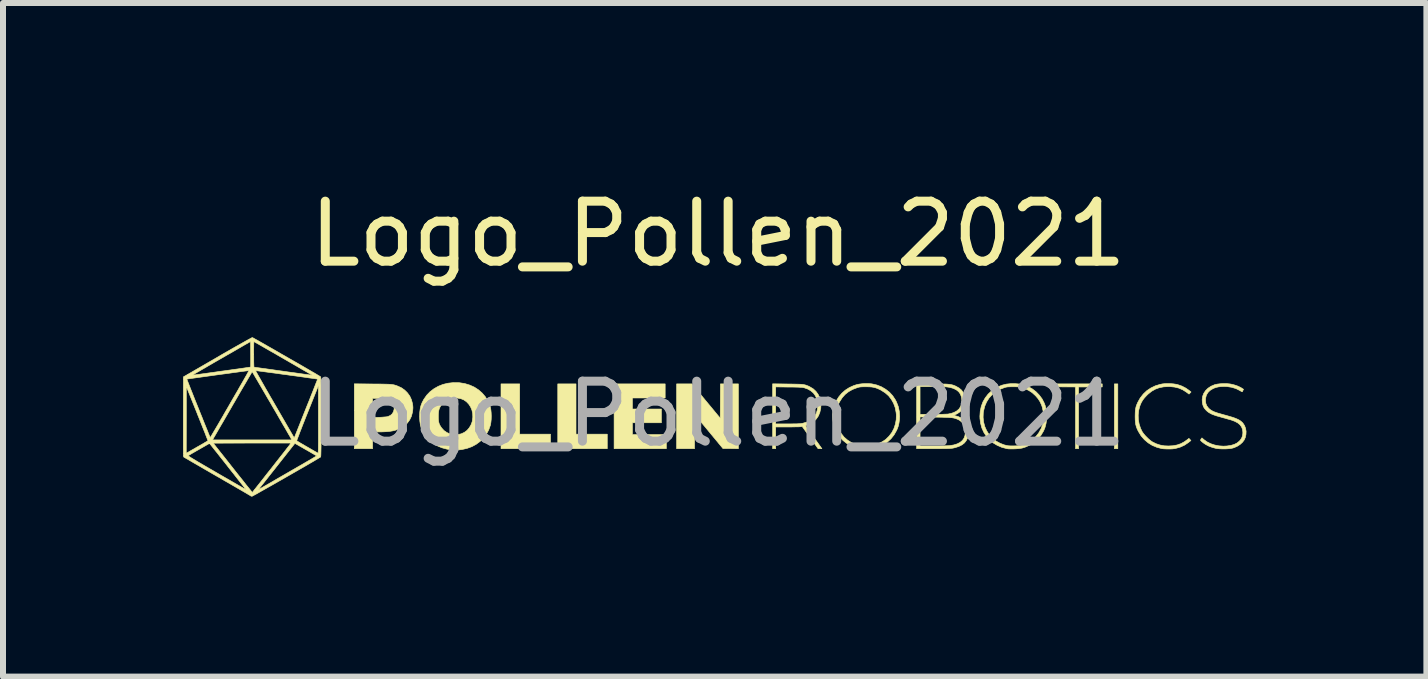
<source format=kicad_pcb>
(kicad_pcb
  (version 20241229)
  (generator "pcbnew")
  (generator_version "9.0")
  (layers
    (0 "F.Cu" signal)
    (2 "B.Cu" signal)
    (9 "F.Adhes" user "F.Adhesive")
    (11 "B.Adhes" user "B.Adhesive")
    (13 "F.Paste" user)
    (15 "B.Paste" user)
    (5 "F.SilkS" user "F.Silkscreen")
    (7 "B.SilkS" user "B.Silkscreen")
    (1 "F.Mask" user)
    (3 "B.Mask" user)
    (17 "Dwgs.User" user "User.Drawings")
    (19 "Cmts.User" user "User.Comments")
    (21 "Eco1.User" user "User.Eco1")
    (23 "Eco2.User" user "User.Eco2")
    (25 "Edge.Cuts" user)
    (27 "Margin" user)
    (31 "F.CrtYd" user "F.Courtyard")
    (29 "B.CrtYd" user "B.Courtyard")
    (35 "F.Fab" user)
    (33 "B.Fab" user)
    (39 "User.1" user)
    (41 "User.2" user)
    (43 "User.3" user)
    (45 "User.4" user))
  (footprint "Logo_Pollen_2021"
    (layer "F.Cu")
    (at 8.919 1.348)
    (property "Reference" "Logo_Pollen_2021" (at 0 -0.5 0) (unlocked yes) (layer "F.SilkS") (effects (font (size 1 1) (thickness 0.15))))
    (fp_poly (pts (xy 6.661 3.08) (xy 6.604 3.08) (xy 6.604 2) (xy 6.661 2) (xy 6.661 3.08)) (stroke (width 0.01) (type solid)) (fill yes) (layer "F.SilkS"))
    (fp_poly (pts (xy -3.308 2.838) (xy -2.794 2.838) (xy -2.794 3.08) (xy -3.619 3.08) (xy -3.619 2) (xy -3.308 2) (xy -3.308 2.838)) (stroke (width 0.01) (type solid)) (fill yes) (layer "F.SilkS"))
    (fp_poly (pts (xy -2.369 2.838) (xy -1.848 2.838) (xy -1.848 3.08) (xy -2.673 3.08) (xy -2.673 2) (xy -2.369 2) (xy -2.369 2.838)) (stroke (width 0.01) (type solid)) (fill yes) (layer "F.SilkS"))
    (fp_poly (pts (xy 6.401 2.051) (xy 6.007 2.051) (xy 6.007 3.08) (xy 5.956 3.08) (xy 5.956 2.051) (xy 5.758 2.05) (xy 5.559 2.048) (xy 5.557 2.024) (xy 5.555 2) (xy 6.401 2) (xy 6.401 2.051)) (stroke (width 0.01) (type solid)) (fill yes) (layer "F.SilkS"))
    (fp_poly (pts (xy -0.883 2.235) (xy -1.429 2.235) (xy -1.429 2.419) (xy -0.946 2.419) (xy -0.946 2.648) (xy -1.429 2.648) (xy -1.429 2.845) (xy -0.864 2.845) (xy -0.864 3.08) (xy -1.734 3.08) (xy -1.734 2) (xy -0.883 2) (xy -0.883 2.235)) (stroke (width 0.01) (type solid)) (fill yes) (layer "F.SilkS"))
    (fp_poly (pts (xy 0.187 2) (xy 0.337 2) (xy 0.337 3.08) (xy 0.208 3.078) (xy 0.08 3.077) (xy -0.391 2.508) (xy -0.392 2.794) (xy -0.394 3.08) (xy -0.692 3.08) (xy -0.692 2) (xy -0.439 2) (xy -0.202 2.286) (xy 0.035 2.572) (xy 0.038 2) (xy 0.187 2)) (stroke (width 0.01) (type solid)) (fill yes) (layer "F.SilkS"))
    (fp_poly (pts (xy -5.755 2.002) (xy -5.682 2.002) (xy -5.621 2.003) (xy -5.57 2.004) (xy -5.528 2.005) (xy -5.493 2.006) (xy -5.464 2.008) (xy -5.441 2.01) (xy -5.421 2.013) (xy -5.403 2.016) (xy -5.386 2.021) (xy -5.369 2.026) (xy -5.351 2.033) (xy -5.34 2.037) (xy -5.279 2.065) (xy -5.224 2.104) (xy -5.177 2.151) (xy -5.139 2.204) (xy -5.112 2.263) (xy -5.096 2.322) (xy -5.089 2.365) (xy -5.087 2.401) (xy -5.09 2.438) (xy -5.096 2.478) (xy -5.113 2.542) (xy -5.142 2.601) (xy -5.181 2.654) (xy -5.23 2.699) (xy -5.287 2.735) (xy -5.33 2.755) (xy -5.375 2.771) (xy -5.423 2.783) (xy -5.477 2.792) (xy -5.538 2.797) (xy -5.608 2.8) (xy -5.653 2.8) (xy -5.759 2.8) (xy -5.759 3.08) (xy -6.064 3.08) (xy -6.064 2.395) (xy -5.759 2.395) (xy -5.759 2.439) (xy -5.759 2.478) (xy -5.758 2.511) (xy -5.757 2.536) (xy -5.756 2.551) (xy -5.755 2.556) (xy -5.746 2.558) (xy -5.728 2.559) (xy -5.701 2.559) (xy -5.669 2.558) (xy -5.635 2.557) (xy -5.599 2.555) (xy -5.566 2.552) (xy -5.537 2.55) (xy -5.515 2.547) (xy -5.504 2.544) (xy -5.463 2.526) (xy -5.433 2.5) (xy -5.412 2.465) (xy -5.4 2.422) (xy -5.4 2.421) (xy -5.4 2.377) (xy -5.411 2.336) (xy -5.432 2.301) (xy -5.462 2.272) (xy -5.486 2.259) (xy -5.498 2.254) (xy -5.51 2.25) (xy -5.527 2.248) (xy -5.548 2.246) (xy -5.577 2.244) (xy -5.616 2.243) (xy -5.637 2.243) (xy -5.759 2.24) (xy -5.759 2.395) (xy -6.064 2.395) (xy -6.064 1.999) (xy -5.755 2.002)) (stroke (width 0.01) (type solid)) (fill yes) (layer "F.SilkS"))
    (fp_poly (pts (xy 7.542 1.996) (xy 7.591 2) (xy 7.636 2.007) (xy 7.661 2.013) (xy 7.73 2.037) (xy 7.795 2.071) (xy 7.841 2.103) (xy 7.882 2.135) (xy 7.865 2.153) (xy 7.848 2.17) (xy 7.802 2.136) (xy 7.742 2.098) (xy 7.677 2.07) (xy 7.607 2.053) (xy 7.529 2.045) (xy 7.506 2.045) (xy 7.426 2.049) (xy 7.354 2.063) (xy 7.288 2.087) (xy 7.226 2.122) (xy 7.168 2.168) (xy 7.144 2.191) (xy 7.105 2.233) (xy 7.075 2.272) (xy 7.051 2.314) (xy 7.031 2.362) (xy 7.028 2.37) (xy 7.009 2.442) (xy 7.001 2.519) (xy 7.003 2.595) (xy 7.017 2.671) (xy 7.041 2.743) (xy 7.068 2.798) (xy 7.087 2.825) (xy 7.112 2.856) (xy 7.143 2.888) (xy 7.175 2.919) (xy 7.206 2.945) (xy 7.233 2.964) (xy 7.234 2.965) (xy 7.298 2.997) (xy 7.364 3.019) (xy 7.434 3.032) (xy 7.506 3.035) (xy 7.581 3.031) (xy 7.65 3.018) (xy 7.713 2.996) (xy 7.773 2.963) (xy 7.827 2.924) (xy 7.846 2.908) (xy 7.88 2.944) (xy 7.838 2.977) (xy 7.773 3.021) (xy 7.701 3.054) (xy 7.623 3.076) (xy 7.605 3.079) (xy 7.576 3.083) (xy 7.54 3.085) (xy 7.5 3.085) (xy 7.459 3.084) (xy 7.423 3.082) (xy 7.395 3.079) (xy 7.395 3.079) (xy 7.312 3.057) (xy 7.235 3.025) (xy 7.166 2.982) (xy 7.105 2.93) (xy 7.051 2.869) (xy 7.007 2.798) (xy 6.994 2.773) (xy 6.978 2.737) (xy 6.967 2.705) (xy 6.959 2.674) (xy 6.954 2.639) (xy 6.951 2.599) (xy 6.95 2.55) (xy 6.95 2.54) (xy 6.951 2.489) (xy 6.953 2.447) (xy 6.958 2.412) (xy 6.965 2.38) (xy 6.976 2.348) (xy 6.991 2.314) (xy 6.994 2.307) (xy 7.035 2.234) (xy 7.086 2.169) (xy 7.144 2.114) (xy 7.211 2.069) (xy 7.285 2.033) (xy 7.366 2.008) (xy 7.407 2) (xy 7.445 1.996) (xy 7.492 1.995) (xy 7.542 1.996)) (stroke (width 0.01) (type solid)) (fill yes) (layer "F.SilkS"))
    (fp_poly (pts (xy 1.157 2.002) (xy 1.225 2.003) (xy 1.281 2.004) (xy 1.327 2.005) (xy 1.365 2.006) (xy 1.396 2.008) (xy 1.422 2.011) (xy 1.444 2.016) (xy 1.464 2.021) (xy 1.482 2.028) (xy 1.502 2.036) (xy 1.523 2.046) (xy 1.53 2.05) (xy 1.585 2.083) (xy 1.63 2.125) (xy 1.666 2.174) (xy 1.693 2.23) (xy 1.709 2.292) (xy 1.713 2.358) (xy 1.71 2.409) (xy 1.695 2.475) (xy 1.671 2.534) (xy 1.636 2.585) (xy 1.593 2.628) (xy 1.54 2.662) (xy 1.498 2.68) (xy 1.479 2.688) (xy 1.465 2.695) (xy 1.46 2.699) (xy 1.464 2.706) (xy 1.474 2.721) (xy 1.49 2.744) (xy 1.511 2.774) (xy 1.536 2.809) (xy 1.564 2.848) (xy 1.584 2.876) (xy 1.614 2.918) (xy 1.642 2.957) (xy 1.667 2.992) (xy 1.688 3.022) (xy 1.705 3.045) (xy 1.715 3.059) (xy 1.718 3.064) (xy 1.729 3.08) (xy 1.666 3.08) (xy 1.401 2.71) (xy 1.369 2.714) (xy 1.354 2.715) (xy 1.329 2.716) (xy 1.295 2.716) (xy 1.254 2.717) (xy 1.208 2.718) (xy 1.159 2.718) (xy 1.148 2.718) (xy 0.959 2.718) (xy 0.959 3.08) (xy 0.908 3.08) (xy 0.908 2.667) (xy 0.959 2.667) (xy 1.158 2.667) (xy 1.219 2.667) (xy 1.268 2.666) (xy 1.308 2.666) (xy 1.34 2.664) (xy 1.366 2.663) (xy 1.386 2.66) (xy 1.404 2.657) (xy 1.407 2.657) (xy 1.473 2.638) (xy 1.53 2.611) (xy 1.576 2.575) (xy 1.613 2.532) (xy 1.639 2.482) (xy 1.655 2.425) (xy 1.66 2.361) (xy 1.657 2.309) (xy 1.644 2.249) (xy 1.62 2.197) (xy 1.587 2.152) (xy 1.543 2.114) (xy 1.489 2.084) (xy 1.437 2.066) (xy 1.425 2.063) (xy 1.411 2.06) (xy 1.392 2.058) (xy 1.369 2.057) (xy 1.338 2.055) (xy 1.3 2.054) (xy 1.252 2.053) (xy 1.193 2.053) (xy 1.18 2.053) (xy 0.959 2.05) (xy 0.959 2.667) (xy 0.908 2.667) (xy 0.908 1.999) (xy 1.157 2.002)) (stroke (width 0.01) (type solid)) (fill yes) (layer "F.SilkS"))
    (fp_poly (pts (xy -4.326 1.98) (xy -4.31 1.981) (xy -4.222 1.995) (xy -4.14 2.02) (xy -4.064 2.054) (xy -3.996 2.098) (xy -3.935 2.151) (xy -3.883 2.211) (xy -3.84 2.28) (xy -3.807 2.355) (xy -3.796 2.391) (xy -3.788 2.432) (xy -3.783 2.481) (xy -3.781 2.534) (xy -3.782 2.588) (xy -3.787 2.638) (xy -3.794 2.681) (xy -3.796 2.689) (xy -3.824 2.767) (xy -3.863 2.839) (xy -3.911 2.903) (xy -3.968 2.959) (xy -4.033 3.007) (xy -4.105 3.046) (xy -4.185 3.075) (xy -4.27 3.094) (xy -4.31 3.099) (xy -4.34 3.101) (xy -4.365 3.103) (xy -4.384 3.104) (xy -4.391 3.104) (xy -4.406 3.103) (xy -4.425 3.101) (xy -4.429 3.101) (xy -4.519 3.088) (xy -4.604 3.065) (xy -4.682 3.032) (xy -4.752 2.989) (xy -4.815 2.937) (xy -4.869 2.876) (xy -4.903 2.826) (xy -4.93 2.776) (xy -4.951 2.726) (xy -4.964 2.675) (xy -4.972 2.619) (xy -4.975 2.554) (xy -4.975 2.54) (xy -4.664 2.54) (xy -4.663 2.587) (xy -4.659 2.625) (xy -4.652 2.656) (xy -4.64 2.685) (xy -4.622 2.715) (xy -4.607 2.736) (xy -4.569 2.778) (xy -4.523 2.81) (xy -4.472 2.832) (xy -4.416 2.844) (xy -4.357 2.846) (xy -4.297 2.836) (xy -4.274 2.829) (xy -4.228 2.807) (xy -4.185 2.775) (xy -4.149 2.733) (xy -4.12 2.685) (xy -4.1 2.632) (xy -4.097 2.617) (xy -4.089 2.555) (xy -4.091 2.494) (xy -4.104 2.436) (xy -4.126 2.384) (xy -4.157 2.337) (xy -4.195 2.297) (xy -4.24 2.266) (xy -4.285 2.248) (xy -4.344 2.236) (xy -4.402 2.235) (xy -4.458 2.244) (xy -4.511 2.264) (xy -4.558 2.294) (xy -4.598 2.332) (xy -4.607 2.344) (xy -4.629 2.375) (xy -4.644 2.404) (xy -4.654 2.434) (xy -4.66 2.467) (xy -4.663 2.507) (xy -4.664 2.54) (xy -4.975 2.54) (xy -4.973 2.473) (xy -4.966 2.416) (xy -4.954 2.364) (xy -4.935 2.314) (xy -4.909 2.264) (xy -4.903 2.254) (xy -4.856 2.187) (xy -4.8 2.129) (xy -4.735 2.08) (xy -4.664 2.04) (xy -4.587 2.009) (xy -4.504 1.989) (xy -4.417 1.979) (xy -4.326 1.98)) (stroke (width 0.01) (type solid)) (fill yes) (layer "F.SilkS"))
    (fp_poly (pts (xy 4.948 1.996) (xy 5.017 2.002) (xy 5.079 2.014) (xy 5.138 2.033) (xy 5.165 2.044) (xy 5.234 2.082) (xy 5.297 2.13) (xy 5.352 2.187) (xy 5.399 2.25) (xy 5.435 2.32) (xy 5.453 2.369) (xy 5.469 2.439) (xy 5.477 2.512) (xy 5.475 2.587) (xy 5.465 2.66) (xy 5.447 2.729) (xy 5.424 2.784) (xy 5.381 2.856) (xy 5.329 2.919) (xy 5.268 2.973) (xy 5.199 3.018) (xy 5.123 3.052) (xy 5.074 3.068) (xy 5.045 3.074) (xy 5.007 3.079) (xy 4.963 3.082) (xy 4.918 3.084) (xy 4.875 3.084) (xy 4.837 3.083) (xy 4.81 3.079) (xy 4.727 3.057) (xy 4.651 3.024) (xy 4.582 2.983) (xy 4.522 2.932) (xy 4.47 2.873) (xy 4.428 2.808) (xy 4.395 2.735) (xy 4.374 2.657) (xy 4.363 2.574) (xy 4.363 2.557) (xy 4.416 2.557) (xy 4.424 2.635) (xy 4.444 2.711) (xy 4.476 2.782) (xy 4.518 2.848) (xy 4.53 2.863) (xy 4.578 2.912) (xy 4.635 2.955) (xy 4.699 2.99) (xy 4.766 3.016) (xy 4.814 3.028) (xy 4.841 3.032) (xy 4.877 3.034) (xy 4.918 3.034) (xy 4.959 3.033) (xy 4.996 3.031) (xy 5.026 3.027) (xy 5.03 3.026) (xy 5.106 3.004) (xy 5.176 2.971) (xy 5.24 2.928) (xy 5.296 2.877) (xy 5.343 2.817) (xy 5.38 2.75) (xy 5.389 2.73) (xy 5.409 2.667) (xy 5.42 2.597) (xy 5.422 2.524) (xy 5.416 2.453) (xy 5.401 2.385) (xy 5.389 2.35) (xy 5.364 2.296) (xy 5.333 2.248) (xy 5.293 2.201) (xy 5.283 2.191) (xy 5.232 2.145) (xy 5.176 2.109) (xy 5.114 2.079) (xy 5.086 2.069) (xy 5.063 2.061) (xy 5.045 2.056) (xy 5.027 2.052) (xy 5.008 2.05) (xy 4.984 2.049) (xy 4.952 2.048) (xy 4.921 2.048) (xy 4.88 2.048) (xy 4.849 2.049) (xy 4.825 2.05) (xy 4.806 2.053) (xy 4.787 2.057) (xy 4.769 2.063) (xy 4.692 2.093) (xy 4.624 2.132) (xy 4.565 2.181) (xy 4.514 2.237) (xy 4.474 2.301) (xy 4.443 2.373) (xy 4.424 2.451) (xy 4.419 2.478) (xy 4.416 2.557) (xy 4.363 2.557) (xy 4.362 2.54) (xy 4.368 2.455) (xy 4.385 2.375) (xy 4.413 2.3) (xy 4.452 2.232) (xy 4.5 2.17) (xy 4.558 2.116) (xy 4.594 2.09) (xy 4.662 2.05) (xy 4.73 2.022) (xy 4.802 2.004) (xy 4.878 1.996) (xy 4.948 1.996)) (stroke (width 0.01) (type solid)) (fill yes) (layer "F.SilkS"))
    (fp_poly (pts (xy 2.545 1.998) (xy 2.563 2) (xy 2.646 2.019) (xy 2.722 2.049) (xy 2.792 2.09) (xy 2.855 2.139) (xy 2.909 2.198) (xy 2.954 2.266) (xy 2.972 2.301) (xy 3.002 2.378) (xy 3.019 2.458) (xy 3.025 2.542) (xy 3.022 2.596) (xy 3.014 2.652) (xy 3.003 2.702) (xy 2.985 2.751) (xy 2.972 2.779) (xy 2.931 2.851) (xy 2.881 2.914) (xy 2.822 2.968) (xy 2.756 3.013) (xy 2.682 3.048) (xy 2.601 3.073) (xy 2.569 3.079) (xy 2.547 3.082) (xy 2.517 3.084) (xy 2.481 3.085) (xy 2.445 3.085) (xy 2.412 3.085) (xy 2.386 3.083) (xy 2.375 3.082) (xy 2.291 3.062) (xy 2.213 3.032) (xy 2.143 2.992) (xy 2.081 2.943) (xy 2.027 2.886) (xy 1.983 2.822) (xy 1.948 2.75) (xy 1.924 2.672) (xy 1.912 2.599) (xy 1.91 2.54) (xy 1.966 2.54) (xy 1.967 2.591) (xy 1.97 2.633) (xy 1.978 2.671) (xy 1.99 2.708) (xy 2.007 2.748) (xy 2.012 2.759) (xy 2.052 2.828) (xy 2.1 2.888) (xy 2.158 2.938) (xy 2.223 2.979) (xy 2.295 3.01) (xy 2.352 3.026) (xy 2.38 3.03) (xy 2.418 3.033) (xy 2.46 3.033) (xy 2.504 3.032) (xy 2.546 3.029) (xy 2.583 3.025) (xy 2.607 3.02) (xy 2.643 3.008) (xy 2.684 2.99) (xy 2.726 2.969) (xy 2.764 2.946) (xy 2.794 2.925) (xy 2.794 2.925) (xy 2.849 2.871) (xy 2.895 2.81) (xy 2.93 2.743) (xy 2.954 2.67) (xy 2.968 2.594) (xy 2.97 2.515) (xy 2.966 2.477) (xy 2.951 2.397) (xy 2.924 2.324) (xy 2.887 2.258) (xy 2.841 2.199) (xy 2.784 2.149) (xy 2.718 2.107) (xy 2.702 2.098) (xy 2.663 2.08) (xy 2.629 2.067) (xy 2.596 2.058) (xy 2.561 2.052) (xy 2.521 2.049) (xy 2.471 2.048) (xy 2.464 2.048) (xy 2.424 2.048) (xy 2.393 2.049) (xy 2.37 2.051) (xy 2.35 2.054) (xy 2.331 2.059) (xy 2.318 2.063) (xy 2.242 2.092) (xy 2.175 2.129) (xy 2.117 2.175) (xy 2.068 2.23) (xy 2.027 2.294) (xy 2.016 2.315) (xy 1.996 2.357) (xy 1.982 2.395) (xy 1.973 2.431) (xy 1.968 2.471) (xy 1.966 2.518) (xy 1.966 2.54) (xy 1.91 2.54) (xy 1.909 2.514) (xy 1.918 2.432) (xy 1.938 2.355) (xy 1.969 2.283) (xy 2.01 2.217) (xy 2.06 2.157) (xy 2.119 2.105) (xy 2.186 2.062) (xy 2.261 2.028) (xy 2.311 2.012) (xy 2.35 2.004) (xy 2.398 1.998) (xy 2.449 1.995) (xy 2.5 1.995) (xy 2.545 1.998)) (stroke (width 0.01) (type solid)) (fill yes) (layer "F.SilkS"))
    (fp_poly (pts (xy 3.637 2) (xy 3.698 2.001) (xy 3.75 2.002) (xy 3.792 2.003) (xy 3.827 2.005) (xy 3.857 2.008) (xy 3.882 2.012) (xy 3.904 2.017) (xy 3.924 2.023) (xy 3.944 2.031) (xy 3.964 2.04) (xy 4.015 2.069) (xy 4.055 2.103) (xy 4.084 2.143) (xy 4.105 2.191) (xy 4.106 2.194) (xy 4.112 2.228) (xy 4.114 2.267) (xy 4.113 2.309) (xy 4.107 2.347) (xy 4.098 2.378) (xy 4.097 2.382) (xy 4.07 2.425) (xy 4.033 2.464) (xy 3.987 2.496) (xy 3.947 2.515) (xy 3.921 2.526) (xy 3.948 2.53) (xy 3.997 2.543) (xy 4.045 2.565) (xy 4.087 2.593) (xy 4.108 2.613) (xy 4.139 2.656) (xy 4.161 2.706) (xy 4.173 2.76) (xy 4.175 2.817) (xy 4.172 2.844) (xy 4.158 2.898) (xy 4.136 2.944) (xy 4.105 2.984) (xy 4.064 3.016) (xy 4.013 3.042) (xy 3.951 3.062) (xy 3.913 3.071) (xy 3.898 3.073) (xy 3.878 3.075) (xy 3.853 3.077) (xy 3.822 3.078) (xy 3.782 3.079) (xy 3.734 3.079) (xy 3.675 3.08) (xy 3.605 3.08) (xy 3.587 3.08) (xy 3.308 3.08) (xy 3.308 3.035) (xy 3.365 3.035) (xy 3.578 3.035) (xy 3.632 3.035) (xy 3.685 3.035) (xy 3.735 3.034) (xy 3.78 3.032) (xy 3.818 3.031) (xy 3.846 3.03) (xy 3.855 3.029) (xy 3.925 3.018) (xy 3.984 3) (xy 4.033 2.975) (xy 4.071 2.943) (xy 4.098 2.904) (xy 4.114 2.859) (xy 4.12 2.806) (xy 4.119 2.776) (xy 4.11 2.721) (xy 4.091 2.675) (xy 4.062 2.637) (xy 4.024 2.607) (xy 3.999 2.594) (xy 3.98 2.586) (xy 3.962 2.579) (xy 3.943 2.573) (xy 3.921 2.568) (xy 3.897 2.564) (xy 3.868 2.562) (xy 3.832 2.559) (xy 3.789 2.558) (xy 3.737 2.556) (xy 3.675 2.555) (xy 3.621 2.554) (xy 3.365 2.551) (xy 3.365 3.035) (xy 3.308 3.035) (xy 3.308 2.508) (xy 3.365 2.508) (xy 3.58 2.508) (xy 3.633 2.508) (xy 3.684 2.507) (xy 3.73 2.507) (xy 3.771 2.505) (xy 3.804 2.504) (xy 3.827 2.503) (xy 3.835 2.502) (xy 3.887 2.491) (xy 3.93 2.476) (xy 3.967 2.457) (xy 3.975 2.452) (xy 4.013 2.42) (xy 4.04 2.38) (xy 4.057 2.335) (xy 4.063 2.285) (xy 4.058 2.232) (xy 4.054 2.214) (xy 4.036 2.168) (xy 4.008 2.13) (xy 3.969 2.099) (xy 3.92 2.075) (xy 3.861 2.058) (xy 3.812 2.051) (xy 3.791 2.049) (xy 3.76 2.048) (xy 3.72 2.047) (xy 3.674 2.046) (xy 3.625 2.045) (xy 3.573 2.045) (xy 3.561 2.045) (xy 3.365 2.045) (xy 3.365 2.508) (xy 3.308 2.508) (xy 3.308 2) (xy 3.565 2) (xy 3.637 2)) (stroke (width 0.01) (type solid)) (fill yes) (layer "F.SilkS"))
    (fp_poly (pts (xy 8.472 1.995) (xy 8.522 2) (xy 8.544 2.003) (xy 8.602 2.017) (xy 8.658 2.036) (xy 8.707 2.059) (xy 8.725 2.07) (xy 8.756 2.09) (xy 8.746 2.11) (xy 8.739 2.124) (xy 8.735 2.132) (xy 8.735 2.132) (xy 8.729 2.13) (xy 8.715 2.123) (xy 8.697 2.112) (xy 8.696 2.111) (xy 8.631 2.079) (xy 8.561 2.057) (xy 8.485 2.045) (xy 8.436 2.043) (xy 8.383 2.045) (xy 8.338 2.05) (xy 8.299 2.059) (xy 8.26 2.073) (xy 8.244 2.081) (xy 8.198 2.109) (xy 8.163 2.144) (xy 8.138 2.185) (xy 8.125 2.234) (xy 8.122 2.275) (xy 8.127 2.322) (xy 8.142 2.363) (xy 8.168 2.398) (xy 8.18 2.411) (xy 8.198 2.426) (xy 8.216 2.439) (xy 8.237 2.451) (xy 8.261 2.463) (xy 8.292 2.474) (xy 8.329 2.487) (xy 8.375 2.5) (xy 8.431 2.516) (xy 8.458 2.523) (xy 8.523 2.542) (xy 8.578 2.558) (xy 8.622 2.574) (xy 8.659 2.59) (xy 8.689 2.606) (xy 8.713 2.623) (xy 8.735 2.642) (xy 8.745 2.653) (xy 8.772 2.693) (xy 8.79 2.74) (xy 8.799 2.79) (xy 8.797 2.842) (xy 8.786 2.893) (xy 8.766 2.937) (xy 8.737 2.975) (xy 8.698 3.01) (xy 8.651 3.04) (xy 8.599 3.063) (xy 8.576 3.07) (xy 8.543 3.077) (xy 8.501 3.081) (xy 8.454 3.084) (xy 8.405 3.084) (xy 8.358 3.082) (xy 8.317 3.078) (xy 8.293 3.074) (xy 8.234 3.058) (xy 8.177 3.037) (xy 8.131 3.013) (xy 8.109 2.999) (xy 8.086 2.983) (xy 8.065 2.966) (xy 8.049 2.952) (xy 8.04 2.941) (xy 8.039 2.938) (xy 8.043 2.928) (xy 8.051 2.915) (xy 8.063 2.9) (xy 8.097 2.93) (xy 8.149 2.967) (xy 8.209 2.997) (xy 8.276 3.019) (xy 8.347 3.033) (xy 8.421 3.038) (xy 8.481 3.035) (xy 8.547 3.025) (xy 8.603 3.008) (xy 8.649 2.985) (xy 8.687 2.954) (xy 8.706 2.932) (xy 8.726 2.9) (xy 8.738 2.869) (xy 8.744 2.832) (xy 8.745 2.805) (xy 8.739 2.758) (xy 8.723 2.717) (xy 8.696 2.68) (xy 8.658 2.649) (xy 8.608 2.623) (xy 8.56 2.605) (xy 8.539 2.598) (xy 8.509 2.59) (xy 8.473 2.58) (xy 8.436 2.569) (xy 8.423 2.566) (xy 8.36 2.548) (xy 8.307 2.533) (xy 8.263 2.518) (xy 8.227 2.504) (xy 8.198 2.489) (xy 8.173 2.474) (xy 8.151 2.457) (xy 8.131 2.438) (xy 8.126 2.432) (xy 8.103 2.405) (xy 8.088 2.378) (xy 8.077 2.346) (xy 8.07 2.314) (xy 8.067 2.259) (xy 8.075 2.206) (xy 8.094 2.157) (xy 8.124 2.112) (xy 8.164 2.073) (xy 8.213 2.04) (xy 8.269 2.016) (xy 8.277 2.013) (xy 8.317 2.004) (xy 8.366 1.998) (xy 8.419 1.995) (xy 8.472 1.995)) (stroke (width 0.01) (type solid)) (fill yes) (layer "F.SilkS"))
    (fp_poly (pts (xy -7.756 1.231) (xy -7.739 1.24) (xy -7.713 1.255) (xy -7.678 1.274) (xy -7.636 1.298) (xy -7.588 1.325) (xy -7.534 1.356) (xy -7.475 1.39) (xy -7.413 1.425) (xy -7.347 1.463) (xy -7.28 1.502) (xy -7.211 1.541) (xy -7.142 1.581) (xy -7.074 1.62) (xy -7.007 1.658) (xy -6.943 1.695) (xy -6.883 1.73) (xy -6.826 1.763) (xy -6.775 1.793) (xy -6.729 1.819) (xy -6.691 1.842) (xy -6.661 1.86) (xy -6.639 1.873) (xy -6.627 1.881) (xy -6.625 1.882) (xy -6.623 1.89) (xy -6.622 1.909) (xy -6.621 1.939) (xy -6.62 1.978) (xy -6.619 2.026) (xy -6.618 2.082) (xy -6.617 2.144) (xy -6.617 2.212) (xy -6.616 2.284) (xy -6.616 2.36) (xy -6.616 2.438) (xy -6.616 2.518) (xy -6.616 2.598) (xy -6.616 2.677) (xy -6.616 2.755) (xy -6.617 2.83) (xy -6.617 2.901) (xy -6.618 2.968) (xy -6.618 3.029) (xy -6.619 3.083) (xy -6.62 3.13) (xy -6.621 3.168) (xy -6.622 3.195) (xy -6.624 3.212) (xy -6.625 3.217) (xy -6.632 3.223) (xy -6.65 3.233) (xy -6.676 3.249) (xy -6.711 3.27) (xy -6.753 3.295) (xy -6.802 3.323) (xy -6.856 3.355) (xy -6.915 3.389) (xy -6.978 3.425) (xy -7.044 3.463) (xy -7.112 3.502) (xy -7.18 3.541) (xy -7.249 3.581) (xy -7.318 3.62) (xy -7.384 3.658) (xy -7.449 3.695) (xy -7.51 3.729) (xy -7.566 3.761) (xy -7.618 3.79) (xy -7.663 3.816) (xy -7.702 3.838) (xy -7.732 3.854) (xy -7.754 3.866) (xy -7.767 3.873) (xy -7.769 3.873) (xy -7.783 3.871) (xy -7.789 3.868) (xy -7.795 3.864) (xy -7.811 3.854) (xy -7.837 3.839) (xy -7.872 3.818) (xy -7.915 3.793) (xy -7.965 3.764) (xy -8.022 3.731) (xy -8.084 3.695) (xy -8.151 3.656) (xy -8.223 3.615) (xy -8.298 3.571) (xy -8.347 3.543) (xy -8.424 3.499) (xy -8.498 3.456) (xy -8.569 3.415) (xy -8.634 3.377) (xy -8.695 3.342) (xy -8.749 3.311) (xy -8.797 3.283) (xy -8.837 3.259) (xy -8.869 3.241) (xy -8.892 3.228) (xy -8.905 3.22) (xy -8.907 3.218) (xy -8.909 3.215) (xy -8.91 3.206) (xy -8.911 3.197) (xy -8.831 3.197) (xy -8.829 3.2) (xy -8.822 3.206) (xy -8.807 3.216) (xy -8.786 3.23) (xy -8.756 3.248) (xy -8.719 3.27) (xy -8.673 3.298) (xy -8.618 3.33) (xy -8.553 3.368) (xy -8.479 3.411) (xy -8.394 3.46) (xy -8.358 3.481) (xy -8.286 3.523) (xy -8.218 3.562) (xy -8.153 3.599) (xy -8.093 3.634) (xy -8.039 3.665) (xy -7.991 3.693) (xy -7.951 3.716) (xy -7.918 3.735) (xy -7.894 3.748) (xy -7.879 3.757) (xy -7.875 3.759) (xy -7.876 3.755) (xy -7.878 3.751) (xy -7.883 3.745) (xy -7.894 3.73) (xy -7.912 3.707) (xy -7.936 3.676) (xy -7.965 3.64) (xy -7.997 3.599) (xy -8.033 3.553) (xy -8.071 3.504) (xy -8.112 3.453) (xy -8.153 3.401) (xy -8.194 3.348) (xy -8.235 3.296) (xy -8.275 3.246) (xy -8.313 3.198) (xy -8.347 3.154) (xy -8.379 3.115) (xy -8.406 3.081) (xy -8.428 3.053) (xy -8.444 3.033) (xy -8.453 3.022) (xy -8.453 3.021) (xy -8.478 2.992) (xy -8.651 3.091) (xy -8.693 3.115) (xy -8.733 3.138) (xy -8.768 3.158) (xy -8.796 3.175) (xy -8.817 3.188) (xy -8.829 3.195) (xy -8.831 3.197) (xy -8.911 3.197) (xy -8.911 3.192) (xy -8.912 3.172) (xy -8.912 3.156) (xy -8.865 3.156) (xy -8.834 3.139) (xy -8.82 3.131) (xy -8.798 3.118) (xy -8.767 3.1) (xy -8.731 3.08) (xy -8.692 3.057) (xy -8.653 3.035) (xy -8.614 3.013) (xy -8.578 2.992) (xy -8.571 2.988) (xy -8.415 2.988) (xy -8.315 3.115) (xy -8.229 3.223) (xy -8.151 3.322) (xy -8.081 3.411) (xy -8.018 3.491) (xy -7.962 3.561) (xy -7.913 3.622) (xy -7.872 3.675) (xy -7.837 3.718) (xy -7.809 3.753) (xy -7.788 3.779) (xy -7.774 3.797) (xy -7.765 3.807) (xy -7.763 3.809) (xy -7.759 3.804) (xy -7.748 3.789) (xy -7.73 3.766) (xy -7.729 3.766) (xy -7.666 3.766) (xy -7.556 3.702) (xy -7.531 3.688) (xy -7.496 3.668) (xy -7.453 3.643) (xy -7.403 3.614) (xy -7.347 3.581) (xy -7.286 3.546) (xy -7.222 3.509) (xy -7.156 3.471) (xy -7.089 3.432) (xy -7.069 3.421) (xy -7.006 3.384) (xy -6.946 3.35) (xy -6.89 3.317) (xy -6.84 3.288) (xy -6.795 3.262) (xy -6.758 3.24) (xy -6.728 3.222) (xy -6.707 3.209) (xy -6.695 3.202) (xy -6.693 3.201) (xy -6.698 3.197) (xy -6.713 3.187) (xy -6.737 3.173) (xy -6.767 3.156) (xy -6.802 3.135) (xy -6.841 3.113) (xy -6.844 3.111) (xy -6.885 3.088) (xy -6.924 3.065) (xy -6.96 3.045) (xy -6.989 3.028) (xy -7.012 3.015) (xy -7.024 3.008) (xy -7.054 2.991) (xy -7.338 3.351) (xy -7.385 3.411) (xy -7.431 3.469) (xy -7.474 3.523) (xy -7.513 3.573) (xy -7.549 3.618) (xy -7.58 3.658) (xy -7.606 3.69) (xy -7.626 3.715) (xy -7.639 3.732) (xy -7.644 3.739) (xy -7.666 3.766) (xy -7.729 3.766) (xy -7.706 3.736) (xy -7.676 3.698) (xy -7.641 3.654) (xy -7.602 3.605) (xy -7.56 3.551) (xy -7.514 3.492) (xy -7.465 3.431) (xy -7.439 3.398) (xy -7.39 3.335) (xy -7.343 3.275) (xy -7.299 3.219) (xy -7.258 3.167) (xy -7.221 3.12) (xy -7.19 3.079) (xy -7.163 3.045) (xy -7.142 3.018) (xy -7.128 2.999) (xy -7.121 2.989) (xy -7.12 2.987) (xy -7.127 2.987) (xy -7.145 2.986) (xy -7.174 2.986) (xy -7.214 2.986) (xy -7.263 2.986) (xy -7.32 2.986) (xy -7.385 2.986) (xy -7.457 2.986) (xy -7.535 2.986) (xy -7.618 2.986) (xy -7.704 2.986) (xy -7.769 2.986) (xy -8.415 2.988) (xy -8.571 2.988) (xy -8.548 2.974) (xy -8.524 2.96) (xy -8.509 2.951) (xy -8.505 2.948) (xy -7.023 2.948) (xy -7.023 2.948) (xy -7.017 2.953) (xy -7.001 2.962) (xy -6.977 2.977) (xy -6.948 2.994) (xy -6.913 3.014) (xy -6.876 3.036) (xy -6.837 3.058) (xy -6.799 3.08) (xy -6.763 3.101) (xy -6.73 3.12) (xy -6.702 3.136) (xy -6.681 3.147) (xy -6.669 3.154) (xy -6.666 3.155) (xy -6.665 3.149) (xy -6.665 3.131) (xy -6.664 3.103) (xy -6.663 3.064) (xy -6.663 3.016) (xy -6.662 2.96) (xy -6.662 2.896) (xy -6.662 2.827) (xy -6.662 2.751) (xy -6.662 2.671) (xy -6.662 2.592) (xy -6.662 2.029) (xy -6.845 2.486) (xy -6.874 2.558) (xy -6.901 2.627) (xy -6.927 2.692) (xy -6.95 2.752) (xy -6.971 2.805) (xy -6.988 2.851) (xy -7.003 2.89) (xy -7.014 2.919) (xy -7.021 2.939) (xy -7.023 2.948) (xy -8.505 2.948) (xy -8.503 2.946) (xy -8.503 2.946) (xy -8.505 2.94) (xy -8.508 2.934) (xy -8.427 2.934) (xy -7.105 2.934) (xy -7.126 2.897) (xy -7.141 2.869) (xy -7.162 2.834) (xy -7.186 2.792) (xy -7.214 2.743) (xy -7.246 2.689) (xy -7.28 2.63) (xy -7.316 2.568) (xy -7.353 2.503) (xy -7.392 2.436) (xy -7.432 2.368) (xy -7.471 2.3) (xy -7.511 2.233) (xy -7.549 2.167) (xy -7.586 2.104) (xy -7.62 2.045) (xy -7.653 1.989) (xy -7.682 1.939) (xy -7.708 1.896) (xy -7.729 1.859) (xy -7.746 1.83) (xy -7.759 1.809) (xy -7.765 1.799) (xy -7.766 1.797) (xy -7.77 1.803) (xy -7.779 1.818) (xy -7.794 1.844) (xy -7.814 1.878) (xy -7.839 1.92) (xy -7.867 1.969) (xy -7.9 2.025) (xy -7.936 2.086) (xy -7.975 2.153) (xy -8.016 2.224) (xy -8.059 2.299) (xy -8.084 2.341) (xy -8.128 2.418) (xy -8.171 2.492) (xy -8.212 2.563) (xy -8.25 2.629) (xy -8.286 2.69) (xy -8.318 2.745) (xy -8.346 2.794) (xy -8.37 2.835) (xy -8.389 2.868) (xy -8.403 2.892) (xy -8.411 2.906) (xy -8.413 2.909) (xy -8.427 2.934) (xy -8.508 2.934) (xy -8.512 2.923) (xy -8.523 2.896) (xy -8.537 2.86) (xy -8.554 2.815) (xy -8.575 2.764) (xy -8.598 2.706) (xy -8.623 2.643) (xy -8.65 2.575) (xy -8.679 2.504) (xy -8.683 2.492) (xy -8.864 2.042) (xy -8.864 2.599) (xy -8.865 3.156) (xy -8.912 3.156) (xy -8.913 3.145) (xy -8.913 3.11) (xy -8.914 3.067) (xy -8.914 3.016) (xy -8.914 2.955) (xy -8.914 2.885) (xy -8.914 2.804) (xy -8.914 2.712) (xy -8.914 2.608) (xy -8.914 2.547) (xy -8.912 1.92) (xy -8.856 1.92) (xy -8.836 1.971) (xy -8.815 2.025) (xy -8.792 2.084) (xy -8.767 2.146) (xy -8.741 2.212) (xy -8.714 2.28) (xy -8.686 2.349) (xy -8.658 2.418) (xy -8.631 2.486) (xy -8.604 2.552) (xy -8.579 2.616) (xy -8.555 2.675) (xy -8.533 2.729) (xy -8.513 2.778) (xy -8.497 2.819) (xy -8.483 2.853) (xy -8.473 2.877) (xy -8.466 2.892) (xy -8.465 2.895) (xy -8.461 2.89) (xy -8.452 2.874) (xy -8.437 2.849) (xy -8.417 2.815) (xy -8.392 2.773) (xy -8.363 2.724) (xy -8.33 2.668) (xy -8.294 2.606) (xy -8.255 2.539) (xy -8.214 2.467) (xy -8.17 2.392) (xy -8.139 2.338) (xy -8.095 2.261) (xy -8.052 2.187) (xy -8.011 2.117) (xy -7.974 2.051) (xy -7.939 1.991) (xy -7.908 1.937) (xy -7.881 1.889) (xy -7.858 1.849) (xy -7.841 1.817) (xy -7.828 1.795) (xy -7.821 1.782) (xy -7.82 1.779) (xy -7.827 1.78) (xy -7.845 1.782) (xy -7.874 1.785) (xy -7.912 1.79) (xy -7.96 1.796) (xy -8.015 1.804) (xy -8.078 1.812) (xy -8.146 1.822) (xy -8.22 1.832) (xy -8.297 1.842) (xy -8.34 1.848) (xy -8.856 1.92) (xy -8.912 1.92) (xy -8.912 1.883) (xy -8.861 1.854) (xy -8.756 1.854) (xy -8.754 1.854) (xy -8.747 1.853) (xy -8.728 1.851) (xy -8.699 1.847) (xy -8.661 1.842) (xy -8.613 1.835) (xy -8.559 1.828) (xy -8.497 1.819) (xy -8.43 1.81) (xy -8.359 1.8) (xy -8.291 1.79) (xy -8.215 1.78) (xy -8.209 1.779) (xy -7.708 1.779) (xy -7.706 1.785) (xy -7.698 1.801) (xy -7.684 1.826) (xy -7.665 1.86) (xy -7.641 1.902) (xy -7.613 1.952) (xy -7.581 2.008) (xy -7.546 2.07) (xy -7.507 2.137) (xy -7.466 2.209) (xy -7.422 2.284) (xy -7.389 2.341) (xy -7.065 2.901) (xy -6.87 2.411) (xy -6.84 2.336) (xy -6.811 2.265) (xy -6.785 2.198) (xy -6.76 2.136) (xy -6.738 2.08) (xy -6.719 2.031) (xy -6.703 1.99) (xy -6.69 1.958) (xy -6.681 1.935) (xy -6.676 1.923) (xy -6.676 1.921) (xy -6.682 1.919) (xy -6.701 1.917) (xy -6.729 1.912) (xy -6.767 1.907) (xy -6.812 1.901) (xy -6.865 1.893) (xy -6.923 1.885) (xy -6.986 1.876) (xy -7.052 1.867) (xy -7.121 1.858) (xy -7.19 1.848) (xy -7.26 1.839) (xy -7.329 1.829) (xy -7.395 1.82) (xy -7.458 1.812) (xy -7.517 1.804) (xy -7.569 1.797) (xy -7.615 1.791) (xy -7.653 1.786) (xy -7.682 1.782) (xy -7.701 1.78) (xy -7.708 1.779) (xy -7.708 1.779) (xy -8.209 1.779) (xy -8.143 1.77) (xy -8.076 1.76) (xy -8.014 1.752) (xy -7.958 1.744) (xy -7.909 1.737) (xy -7.87 1.731) (xy -7.839 1.727) (xy -7.82 1.724) (xy -7.812 1.723) (xy -7.791 1.719) (xy -7.791 1.507) (xy -7.792 1.46) (xy -7.741 1.46) (xy -7.741 1.504) (xy -7.74 1.549) (xy -7.74 1.592) (xy -7.74 1.632) (xy -7.739 1.666) (xy -7.738 1.694) (xy -7.737 1.713) (xy -7.736 1.721) (xy -7.736 1.721) (xy -7.729 1.722) (xy -7.71 1.725) (xy -7.681 1.729) (xy -7.643 1.734) (xy -7.595 1.741) (xy -7.54 1.748) (xy -7.479 1.757) (xy -7.412 1.766) (xy -7.34 1.777) (xy -7.264 1.787) (xy -7.189 1.798) (xy -7.116 1.808) (xy -7.048 1.817) (xy -6.986 1.826) (xy -6.929 1.834) (xy -6.881 1.841) (xy -6.841 1.846) (xy -6.81 1.85) (xy -6.79 1.853) (xy -6.782 1.853) (xy -6.771 1.853) (xy -6.772 1.851) (xy -6.779 1.847) (xy -6.786 1.842) (xy -6.803 1.832) (xy -6.83 1.817) (xy -6.866 1.796) (xy -6.909 1.772) (xy -6.959 1.743) (xy -7.015 1.71) (xy -7.076 1.675) (xy -7.142 1.637) (xy -7.211 1.597) (xy -7.263 1.567) (xy -7.334 1.526) (xy -7.401 1.487) (xy -7.465 1.451) (xy -7.524 1.417) (xy -7.578 1.386) (xy -7.625 1.359) (xy -7.665 1.336) (xy -7.697 1.318) (xy -7.72 1.305) (xy -7.734 1.297) (xy -7.737 1.295) (xy -7.738 1.301) (xy -7.739 1.318) (xy -7.74 1.344) (xy -7.74 1.378) (xy -7.741 1.417) (xy -7.741 1.46) (xy -7.792 1.46) (xy -7.792 1.457) (xy -7.792 1.411) (xy -7.792 1.37) (xy -7.793 1.337) (xy -7.793 1.313) (xy -7.794 1.299) (xy -7.794 1.295) (xy -7.8 1.298) (xy -7.816 1.307) (xy -7.841 1.322) (xy -7.874 1.34) (xy -7.914 1.363) (xy -7.96 1.39) (xy -8.012 1.42) (xy -8.067 1.452) (xy -8.126 1.486) (xy -8.188 1.521) (xy -8.25 1.557) (xy -8.313 1.593) (xy -8.376 1.629) (xy -8.436 1.664) (xy -8.495 1.698) (xy -8.549 1.73) (xy -8.6 1.759) (xy -8.644 1.785) (xy -8.683 1.807) (xy -8.714 1.825) (xy -8.736 1.839) (xy -8.75 1.847) (xy -8.753 1.849) (xy -8.756 1.854) (xy -8.861 1.854) (xy -8.344 1.555) (xy -8.252 1.501) (xy -8.166 1.452) (xy -8.088 1.407) (xy -8.017 1.367) (xy -7.953 1.331) (xy -7.898 1.3) (xy -7.852 1.274) (xy -7.815 1.254) (xy -7.787 1.239) (xy -7.77 1.23) (xy -7.763 1.228) (xy -7.756 1.231)) (stroke (width 0.01) (type solid)) (fill yes) (layer "F.SilkS"))
    (fp_text user "${REFERENCE}" (at 0 2.5 0) (unlocked yes) (layer "F.Fab") (effects (font (size 1 1) (thickness 0.15)))))
  (gr_rect
    (start -3 -3)
    (end 20.723 8.227)
    (stroke (width 0.1) (type default))
    (fill no)
    (layer "Edge.Cuts")))
</source>
